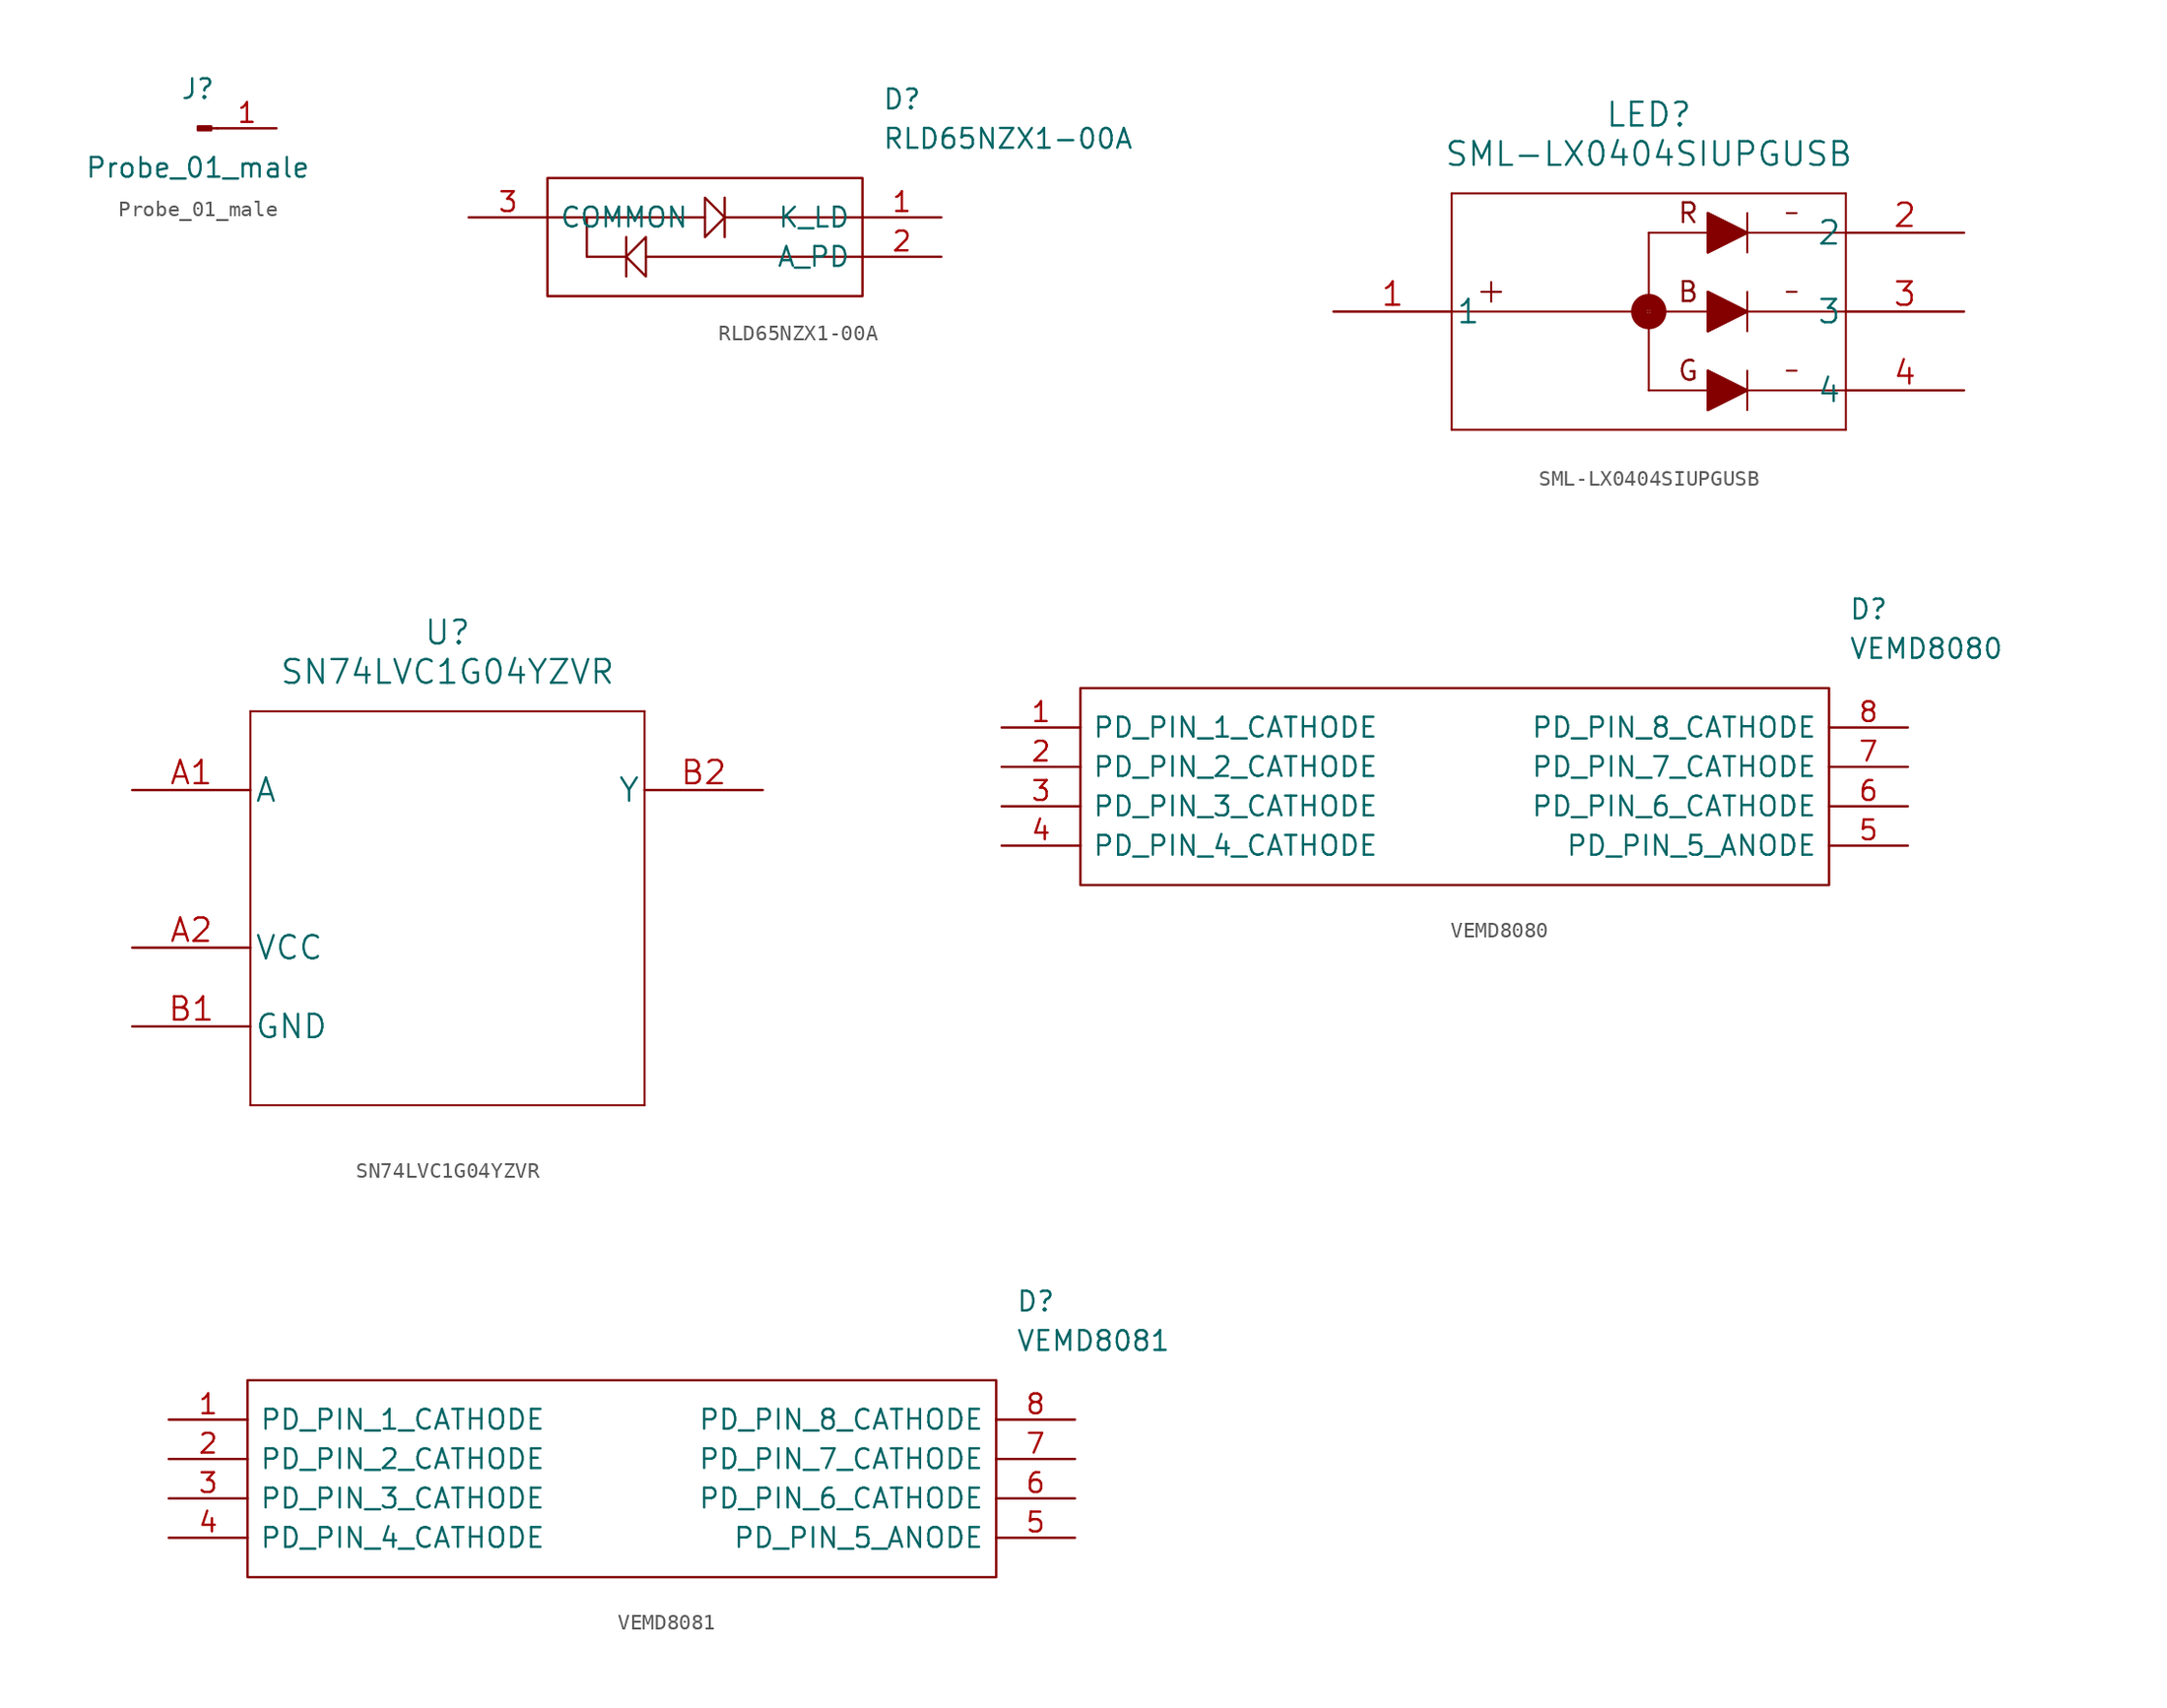
<source format=kicad_sym>
(kicad_symbol_lib
  (version 20211014)
  (generator kicad_symbol_editor)
  (symbol "Probe_01_male"
    (pin_names
      (offset 1.016) hide)
    (property "Reference" "J"
      (at 0 2.54 0)
      (effects (font (size 1.27 1.27))))
    (property "Value" "Probe_01_male"
      (at 0 -2.54 0)
      (effects (font (size 1.27 1.27))))
    (symbol "Probe_01_male_1_1"
      (polyline (pts (xy 1.27 0) (xy 0.864 0)) (stroke (width 0.152) (type default) (color 0 0 0 0)) (fill (type none)))
      (rectangle (start 0.864 0.127) (end 0 -0.127) (stroke (width 0.152) (type default) (color 0 0 0 0)) (fill (type outline)))
      (pin passive line (at 5.08 0 180) (length 3.81) (name "Pin_1" (effects (font (size 1.27 1.27)))) (number "1" (effects (font (size 1.27 1.27)))))))
  (symbol "RLD65NZX1-00A"
    (pin_names
      (offset 0.762))
    (property "Reference" "D"
      (at 26.67 7.62 0)
      (effects (font (size 1.27 1.27)) (justify left)))
    (property "Value" "RLD65NZX1-00A"
      (at 26.67 5.08 0)
      (effects (font (size 1.27 1.27)) (justify left)))
    (symbol "RLD65NZX1-00A_0_0"
      (pin passive line (at 30.48 0 180) (length 5.08) (name "K_LD" (effects (font (size 1.27 1.27)))) (number "1" (effects (font (size 1.27 1.27)))))
      (pin passive line (at 30.48 -2.54 180) (length 5.08) (name "A_PD" (effects (font (size 1.27 1.27)))) (number "2" (effects (font (size 1.27 1.27)))))
      (pin passive line (at 0 0 0) (length 5.08) (name "COMMON" (effects (font (size 1.27 1.27)))) (number "3" (effects (font (size 1.27 1.27))))))
    (symbol "RLD65NZX1-00A_0_1"
      (polyline (pts (xy 11.43 -2.54) (xy 25.4 -2.54)) (stroke (width 0) (type default) (color 0 0 0 0)) (fill (type none)))
      (polyline (pts (xy 16.51 1.27) (xy 16.51 -1.27)) (stroke (width 0) (type default) (color 0 0 0 0)) (fill (type none)))
      (polyline (pts (xy 10.16 -2.54) (xy 7.62 -2.54) (xy 7.62 0)) (stroke (width 0) (type default) (color 0 0 0 0)) (fill (type none)))
      (polyline (pts (xy 15.24 0) (xy 5.08 0) (xy 10.16 0)) (stroke (width 0) (type default) (color 0 0 0 0)) (fill (type none)))
      (polyline (pts (xy 16.51 0) (xy 25.4 0) (xy 20.32 0)) (stroke (width 0) (type default) (color 0 0 0 0)) (fill (type none)))
      (polyline (pts (xy 15.24 1.27) (xy 15.24 -1.27) (xy 16.51 0) (xy 15.24 1.27)) (stroke (width 0) (type default) (color 0 0 0 0)) (fill (type none)))
      (polyline (pts (xy 5.08 2.54) (xy 25.4 2.54) (xy 25.4 -5.08) (xy 5.08 -5.08) (xy 5.08 2.54)) (stroke (width 0.152) (type default) (color 0 0 0 0)) (fill (type none)))
      (polyline (pts (xy 10.16 -1.27) (xy 10.16 -3.81) (xy 10.16 -2.54) (xy 11.43 -1.27) (xy 11.43 -3.81) (xy 10.16 -2.54)) (stroke (width 0) (type default) (color 0 0 0 0)) (fill (type none)))))
  (symbol "SML-LX0404SIUPGUSB"
    (pin_names
      (offset 0.254))
    (property "Reference" "LED"
      (at 20.32 12.7 0)
      (effects (font (size 1.524 1.524))))
    (property "Value" "SML-LX0404SIUPGUSB"
      (at 20.32 10.16 0)
      (effects (font (size 1.524 1.524))))
    (property "Datasheet" ""
      (at 0 0 0)
      (effects (font (size 1.524 1.524))))
    (symbol "SML-LX0404SIUPGUSB_0_0"
      (text "B" (at 22.86 1.27 0) (effects (font (size 1.27 1.27))))
      (text "G" (at 22.86 -3.81 0) (effects (font (size 1.27 1.27))))
      (text "R" (at 22.86 6.35 0) (effects (font (size 1.27 1.27)))))
    (symbol "SML-LX0404SIUPGUSB_1_1"
      (polyline (pts (xy 7.62 -7.62) (xy 33.02 -7.62)) (stroke (width 0.127) (type default) (color 0 0 0 0)) (fill (type none)))
      (polyline (pts (xy 7.62 0) (xy 20.32 0)) (stroke (width 0.127) (type default) (color 0 0 0 0)) (fill (type none)))
      (polyline (pts (xy 7.62 7.62) (xy 7.62 -7.62)) (stroke (width 0.127) (type default) (color 0 0 0 0)) (fill (type none)))
      (polyline (pts (xy 9.525 1.27) (xy 10.795 1.27)) (stroke (width 0.127) (type default) (color 0 0 0 0)) (fill (type none)))
      (polyline (pts (xy 10.16 1.27) (xy 10.795 1.27)) (stroke (width 0.127) (type default) (color 0 0 0 0)) (fill (type none)))
      (polyline (pts (xy 10.16 1.905) (xy 10.16 0.635)) (stroke (width 0.127) (type default) (color 0 0 0 0)) (fill (type none)))
      (polyline (pts (xy 20.32 -5.08) (xy 20.32 5.08)) (stroke (width 0.127) (type default) (color 0 0 0 0)) (fill (type none)))
      (polyline (pts (xy 24.13 -6.35) (xy 26.67 -5.08)) (stroke (width 0.127) (type default) (color 0 0 0 0)) (fill (type none)))
      (polyline (pts (xy 24.13 -3.81) (xy 24.13 -6.35)) (stroke (width 0.127) (type default) (color 0 0 0 0)) (fill (type none)))
      (polyline (pts (xy 24.13 -3.81) (xy 26.67 -5.08)) (stroke (width 0.127) (type default) (color 0 0 0 0)) (fill (type none)))
      (polyline (pts (xy 24.13 -1.27) (xy 26.67 0)) (stroke (width 0.127) (type default) (color 0 0 0 0)) (fill (type none)))
      (polyline (pts (xy 24.13 1.27) (xy 24.13 -1.27)) (stroke (width 0.127) (type default) (color 0 0 0 0)) (fill (type none)))
      (polyline (pts (xy 24.13 1.27) (xy 26.67 0)) (stroke (width 0.127) (type default) (color 0 0 0 0)) (fill (type none)))
      (polyline (pts (xy 24.13 3.81) (xy 26.67 5.08)) (stroke (width 0.127) (type default) (color 0 0 0 0)) (fill (type none)))
      (polyline (pts (xy 24.13 6.35) (xy 24.13 3.81)) (stroke (width 0.127) (type default) (color 0 0 0 0)) (fill (type none)))
      (polyline (pts (xy 24.13 6.35) (xy 26.67 5.08)) (stroke (width 0.127) (type default) (color 0 0 0 0)) (fill (type none)))
      (polyline (pts (xy 26.67 -3.81) (xy 26.67 -6.35)) (stroke (width 0.127) (type default) (color 0 0 0 0)) (fill (type none)))
      (polyline (pts (xy 26.67 1.27) (xy 26.67 -1.27)) (stroke (width 0.127) (type default) (color 0 0 0 0)) (fill (type none)))
      (polyline (pts (xy 26.67 6.35) (xy 26.67 3.81)) (stroke (width 0.127) (type default) (color 0 0 0 0)) (fill (type none)))
      (polyline (pts (xy 29.21 1.27) (xy 29.845 1.27)) (stroke (width 0.127) (type default) (color 0 0 0 0)) (fill (type none)))
      (polyline (pts (xy 29.21 6.35) (xy 29.845 6.35)) (stroke (width 0.127) (type default) (color 0 0 0 0)) (fill (type none)))
      (polyline (pts (xy 29.845 -3.81) (xy 29.21 -3.81)) (stroke (width 0.127) (type default) (color 0 0 0 0)) (fill (type none)))
      (polyline (pts (xy 33.02 -7.62) (xy 33.02 7.62)) (stroke (width 0.127) (type default) (color 0 0 0 0)) (fill (type none)))
      (polyline (pts (xy 33.02 -5.08) (xy 20.32 -5.08)) (stroke (width 0.127) (type default) (color 0 0 0 0)) (fill (type none)))
      (polyline (pts (xy 33.02 0) (xy 20.32 0)) (stroke (width 0.127) (type default) (color 0 0 0 0)) (fill (type none)))
      (polyline (pts (xy 33.02 5.08) (xy 20.32 5.08)) (stroke (width 0.127) (type default) (color 0 0 0 0)) (fill (type none)))
      (polyline (pts (xy 33.02 7.62) (xy 7.62 7.62)) (stroke (width 0.127) (type default) (color 0 0 0 0)) (fill (type none)))
      (polyline (pts (xy 24.13 -3.81) (xy 24.13 -6.35) (xy 26.67 -5.08) (xy 24.13 -3.81)) (stroke (width 0) (type default) (color 0 0 0 0)) (fill (type outline)))
      (polyline (pts (xy 24.13 1.27) (xy 26.67 0) (xy 24.13 -1.27) (xy 24.13 1.27)) (stroke (width 0) (type default) (color 0 0 0 0)) (fill (type outline)))
      (polyline (pts (xy 24.13 6.35) (xy 26.67 5.08) (xy 24.13 3.81) (xy 24.13 6.35)) (stroke (width 0) (type default) (color 0 0 0 0)) (fill (type outline)))
      (circle (center 20.32 0) (radius 0.127) (stroke (width 1.016) (type default) (color 0 0 0 0)) (fill (type none)))
      (pin passive line (at 0 0 0) (length 7.62) (name "1" (effects (font (size 1.499 1.499)))) (number "1" (effects (font (size 1.499 1.499)))))
      (pin passive line (at 40.64 5.08 180) (length 7.62) (name "2" (effects (font (size 1.499 1.499)))) (number "2" (effects (font (size 1.499 1.499)))))
      (pin passive line (at 40.64 0 180) (length 7.62) (name "3" (effects (font (size 1.499 1.499)))) (number "3" (effects (font (size 1.499 1.499)))))
      (pin passive line (at 40.64 -5.08 180) (length 7.62) (name "4" (effects (font (size 1.499 1.499)))) (number "4" (effects (font (size 1.499 1.499)))))))
  (symbol "SN74LVC1G04YZVR"
    (pin_names
      (offset 0.254))
    (property "Reference" "U"
      (at 20.32 10.16 0)
      (effects (font (size 1.524 1.524))))
    (property "Value" "SN74LVC1G04YZVR"
      (at 20.32 7.62 0)
      (effects (font (size 1.524 1.524))))
    (property "Datasheet" ""
      (at 0 0 0)
      (effects (font (size 1.524 1.524))))
    (property "ki_locked" ""
      (at 0 0 0)
      (effects (font (size 1.27 1.27))))
    (symbol "SN74LVC1G04YZVR_1_1"
      (polyline (pts (xy 7.62 -20.32) (xy 33.02 -20.32)) (stroke (width 0.127) (type default) (color 0 0 0 0)) (fill (type none)))
      (polyline (pts (xy 7.62 5.08) (xy 7.62 -20.32)) (stroke (width 0.127) (type default) (color 0 0 0 0)) (fill (type none)))
      (polyline (pts (xy 33.02 -20.32) (xy 33.02 5.08)) (stroke (width 0.127) (type default) (color 0 0 0 0)) (fill (type none)))
      (polyline (pts (xy 33.02 5.08) (xy 7.62 5.08)) (stroke (width 0.127) (type default) (color 0 0 0 0)) (fill (type none)))
      (pin input line (at 0 0 0) (length 7.62) (name "A" (effects (font (size 1.499 1.499)))) (number "A1" (effects (font (size 1.499 1.499)))))
      (pin power_in line (at 0 -10.16 0) (length 7.62) (name "VCC" (effects (font (size 1.499 1.499)))) (number "A2" (effects (font (size 1.499 1.499)))))
      (pin power_in line (at 0 -15.24 0) (length 7.62) (name "GND" (effects (font (size 1.499 1.499)))) (number "B1" (effects (font (size 1.499 1.499)))))
      (pin output line (at 40.64 0 180) (length 7.62) (name "Y" (effects (font (size 1.499 1.499)))) (number "B2" (effects (font (size 1.499 1.499)))))))
  (symbol "VEMD8080"
    (pin_names
      (offset 0.762))
    (property "Reference" "D"
      (at 54.61 7.62 0)
      (effects (font (size 1.27 1.27)) (justify left)))
    (property "Value" "VEMD8080"
      (at 54.61 5.08 0)
      (effects (font (size 1.27 1.27)) (justify left)))
    (symbol "VEMD8080_0_0"
      (pin passive line (at 0 0 0) (length 5.08) (name "PD_PIN_1_CATHODE" (effects (font (size 1.27 1.27)))) (number "1" (effects (font (size 1.27 1.27)))))
      (pin passive line (at 0 -2.54 0) (length 5.08) (name "PD_PIN_2_CATHODE" (effects (font (size 1.27 1.27)))) (number "2" (effects (font (size 1.27 1.27)))))
      (pin passive line (at 0 -5.08 0) (length 5.08) (name "PD_PIN_3_CATHODE" (effects (font (size 1.27 1.27)))) (number "3" (effects (font (size 1.27 1.27)))))
      (pin passive line (at 0 -7.62 0) (length 5.08) (name "PD_PIN_4_CATHODE" (effects (font (size 1.27 1.27)))) (number "4" (effects (font (size 1.27 1.27)))))
      (pin passive line (at 58.42 -7.62 180) (length 5.08) (name "PD_PIN_5_ANODE" (effects (font (size 1.27 1.27)))) (number "5" (effects (font (size 1.27 1.27)))))
      (pin passive line (at 58.42 -5.08 180) (length 5.08) (name "PD_PIN_6_CATHODE" (effects (font (size 1.27 1.27)))) (number "6" (effects (font (size 1.27 1.27)))))
      (pin passive line (at 58.42 -2.54 180) (length 5.08) (name "PD_PIN_7_CATHODE" (effects (font (size 1.27 1.27)))) (number "7" (effects (font (size 1.27 1.27)))))
      (pin passive line (at 58.42 0 180) (length 5.08) (name "PD_PIN_8_CATHODE" (effects (font (size 1.27 1.27)))) (number "8" (effects (font (size 1.27 1.27))))))
    (symbol "VEMD8080_0_1"
      (polyline (pts (xy 5.08 2.54) (xy 53.34 2.54) (xy 53.34 -10.16) (xy 5.08 -10.16) (xy 5.08 2.54)) (stroke (width 0.152) (type default) (color 0 0 0 0)) (fill (type none)))))
  (symbol "VEMD8081"
    (pin_names
      (offset 0.762))
    (property "Reference" "D"
      (at 54.61 7.62 0)
      (effects (font (size 1.27 1.27)) (justify left)))
    (property "Value" "VEMD8081"
      (at 54.61 5.08 0)
      (effects (font (size 1.27 1.27)) (justify left)))
    (symbol "VEMD8081_0_0"
      (pin passive line (at 0 0 0) (length 5.08) (name "PD_PIN_1_CATHODE" (effects (font (size 1.27 1.27)))) (number "1" (effects (font (size 1.27 1.27)))))
      (pin passive line (at 0 -2.54 0) (length 5.08) (name "PD_PIN_2_CATHODE" (effects (font (size 1.27 1.27)))) (number "2" (effects (font (size 1.27 1.27)))))
      (pin passive line (at 0 -5.08 0) (length 5.08) (name "PD_PIN_3_CATHODE" (effects (font (size 1.27 1.27)))) (number "3" (effects (font (size 1.27 1.27)))))
      (pin passive line (at 0 -7.62 0) (length 5.08) (name "PD_PIN_4_CATHODE" (effects (font (size 1.27 1.27)))) (number "4" (effects (font (size 1.27 1.27)))))
      (pin passive line (at 58.42 -7.62 180) (length 5.08) (name "PD_PIN_5_ANODE" (effects (font (size 1.27 1.27)))) (number "5" (effects (font (size 1.27 1.27)))))
      (pin passive line (at 58.42 -5.08 180) (length 5.08) (name "PD_PIN_6_CATHODE" (effects (font (size 1.27 1.27)))) (number "6" (effects (font (size 1.27 1.27)))))
      (pin passive line (at 58.42 -2.54 180) (length 5.08) (name "PD_PIN_7_CATHODE" (effects (font (size 1.27 1.27)))) (number "7" (effects (font (size 1.27 1.27)))))
      (pin passive line (at 58.42 0 180) (length 5.08) (name "PD_PIN_8_CATHODE" (effects (font (size 1.27 1.27)))) (number "8" (effects (font (size 1.27 1.27))))))
    (symbol "VEMD8081_0_1"
      (polyline (pts (xy 5.08 2.54) (xy 53.34 2.54) (xy 53.34 -10.16) (xy 5.08 -10.16) (xy 5.08 2.54)) (stroke (width 0.152) (type default) (color 0 0 0 0)) (fill (type none))))))
</source>
